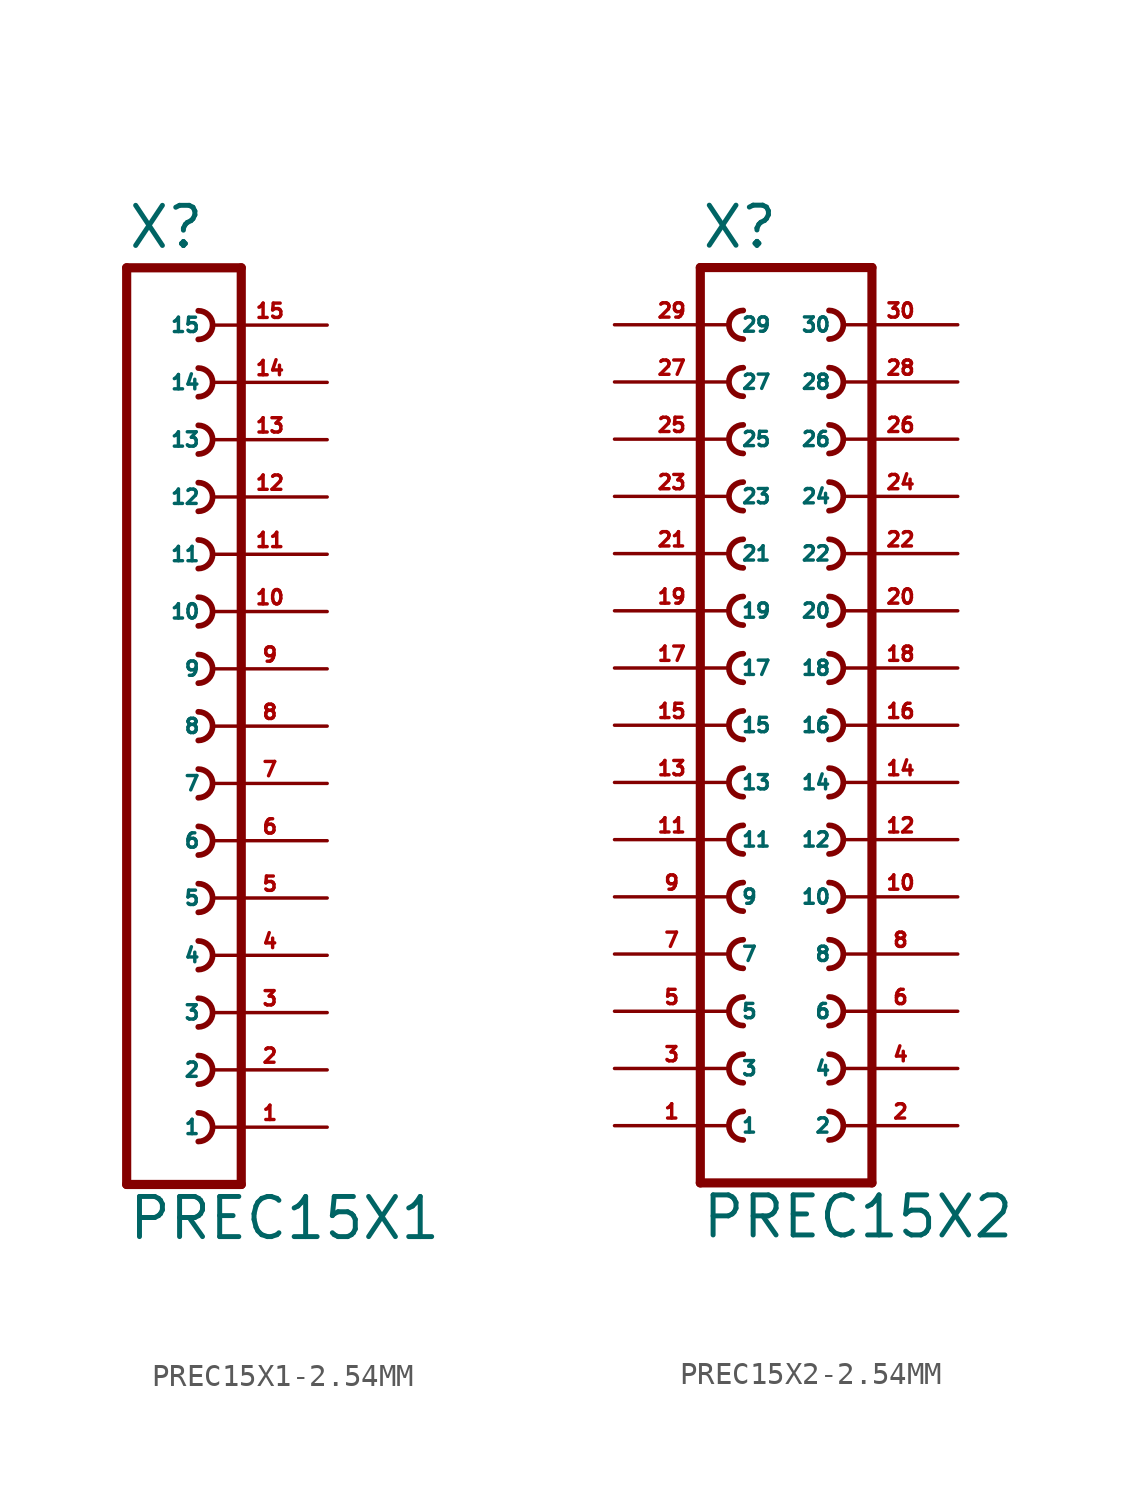
<source format=kicad_sym>
(kicad_symbol_lib
  (version 20220914)
  (generator Eagle2Kicad)
  (symbol "PREC15X1-2.54MM"
    (property "Reference" "X"
      (at -1.27 21.082 0)
      (effects (font (size 1.778 1.778) (thickness 0.22)) (justify left bottom)))
    (property "Value" "PREC15X1"
      (at -1.27 -22.86 0)
      (effects (font (size 1.778 1.778) (thickness 0.22)) (justify left bottom)))
    (polyline
      (pts (xy 3.81 -20.32) (xy -1.27 -20.32))
      (stroke (width 0.406) (type default))
      (fill (type none)))
    (arc
      (start 1.905 -13.335)
      (mid 2.540 -12.700)
      (end 1.905 -12.065)
      (stroke (width 0.254) (type default))
      (fill (type none)))
    (arc
      (start 1.905 -15.875)
      (mid 2.540 -15.240)
      (end 1.905 -14.605)
      (stroke (width 0.254) (type default))
      (fill (type none)))
    (arc
      (start 1.905 -18.415)
      (mid 2.540 -17.780)
      (end 1.905 -17.145)
      (stroke (width 0.254) (type default))
      (fill (type none)))
    (arc
      (start 1.905 -8.255)
      (mid 2.540 -7.620)
      (end 1.905 -6.985)
      (stroke (width 0.254) (type default))
      (fill (type none)))
    (arc
      (start 1.905 -10.795)
      (mid 2.540 -10.160)
      (end 1.905 -9.525)
      (stroke (width 0.254) (type default))
      (fill (type none)))
    (arc
      (start 1.905 -0.635)
      (mid 2.540 0.000)
      (end 1.905 0.635)
      (stroke (width 0.254) (type default))
      (fill (type none)))
    (arc
      (start 1.905 -3.175)
      (mid 2.540 -2.540)
      (end 1.905 -1.905)
      (stroke (width 0.254) (type default))
      (fill (type none)))
    (arc
      (start 1.905 -5.715)
      (mid 2.540 -5.080)
      (end 1.905 -4.445)
      (stroke (width 0.254) (type default))
      (fill (type none)))
    (arc
      (start 1.905 4.445)
      (mid 2.540 5.080)
      (end 1.905 5.715)
      (stroke (width 0.254) (type default))
      (fill (type none)))
    (arc
      (start 1.905 1.905)
      (mid 2.540 2.540)
      (end 1.905 3.175)
      (stroke (width 0.254) (type default))
      (fill (type none)))
    (arc
      (start 1.905 12.065)
      (mid 2.540 12.700)
      (end 1.905 13.335)
      (stroke (width 0.254) (type default))
      (fill (type none)))
    (arc
      (start 1.905 9.525)
      (mid 2.540 10.160)
      (end 1.905 10.795)
      (stroke (width 0.254) (type default))
      (fill (type none)))
    (arc
      (start 1.905 6.985)
      (mid 2.540 7.620)
      (end 1.905 8.255)
      (stroke (width 0.254) (type default))
      (fill (type none)))
    (arc
      (start 1.905 17.145)
      (mid 2.540 17.780)
      (end 1.905 18.415)
      (stroke (width 0.254) (type default))
      (fill (type none)))
    (arc
      (start 1.905 14.605)
      (mid 2.540 15.240)
      (end 1.905 15.875)
      (stroke (width 0.254) (type default))
      (fill (type none)))
    (polyline
      (pts (xy -1.27 20.32) (xy -1.27 -20.32))
      (stroke (width 0.406) (type default))
      (fill (type none)))
    (polyline
      (pts (xy 3.81 -20.32) (xy 3.81 20.32))
      (stroke (width 0.406) (type default))
      (fill (type none)))
    (polyline
      (pts (xy -1.27 20.32) (xy 3.81 20.32))
      (stroke (width 0.406) (type default))
      (fill (type none)))
    (pin passive line
      (at 7.62 -17.78 180)
      (length 5.08)
      (name "1" (effects (font (size 0.635 0.635) (thickness 0.08)) (justify left bottom)))
      (number "1" (effects (font (size 0.635 0.635) (thickness 0.08)) (justify left bottom))))
    (pin passive line
      (at 7.62 -15.24 180)
      (length 5.08)
      (name "2" (effects (font (size 0.635 0.635) (thickness 0.08)) (justify left bottom)))
      (number "2" (effects (font (size 0.635 0.635) (thickness 0.08)) (justify left bottom))))
    (pin passive line
      (at 7.62 -12.7 180)
      (length 5.08)
      (name "3" (effects (font (size 0.635 0.635) (thickness 0.08)) (justify left bottom)))
      (number "3" (effects (font (size 0.635 0.635) (thickness 0.08)) (justify left bottom))))
    (pin passive line
      (at 7.62 -10.16 180)
      (length 5.08)
      (name "4" (effects (font (size 0.635 0.635) (thickness 0.08)) (justify left bottom)))
      (number "4" (effects (font (size 0.635 0.635) (thickness 0.08)) (justify left bottom))))
    (pin passive line
      (at 7.62 -7.62 180)
      (length 5.08)
      (name "5" (effects (font (size 0.635 0.635) (thickness 0.08)) (justify left bottom)))
      (number "5" (effects (font (size 0.635 0.635) (thickness 0.08)) (justify left bottom))))
    (pin passive line
      (at 7.62 -5.08 180)
      (length 5.08)
      (name "6" (effects (font (size 0.635 0.635) (thickness 0.08)) (justify left bottom)))
      (number "6" (effects (font (size 0.635 0.635) (thickness 0.08)) (justify left bottom))))
    (pin passive line
      (at 7.62 -2.54 180)
      (length 5.08)
      (name "7" (effects (font (size 0.635 0.635) (thickness 0.08)) (justify left bottom)))
      (number "7" (effects (font (size 0.635 0.635) (thickness 0.08)) (justify left bottom))))
    (pin passive line
      (at 7.62 0 180)
      (length 5.08)
      (name "8" (effects (font (size 0.635 0.635) (thickness 0.08)) (justify left bottom)))
      (number "8" (effects (font (size 0.635 0.635) (thickness 0.08)) (justify left bottom))))
    (pin passive line
      (at 7.62 2.54 180)
      (length 5.08)
      (name "9" (effects (font (size 0.635 0.635) (thickness 0.08)) (justify left bottom)))
      (number "9" (effects (font (size 0.635 0.635) (thickness 0.08)) (justify left bottom))))
    (pin passive line
      (at 7.62 5.08 180)
      (length 5.08)
      (name "10" (effects (font (size 0.635 0.635) (thickness 0.08)) (justify left bottom)))
      (number "10" (effects (font (size 0.635 0.635) (thickness 0.08)) (justify left bottom))))
    (pin passive line
      (at 7.62 7.62 180)
      (length 5.08)
      (name "11" (effects (font (size 0.635 0.635) (thickness 0.08)) (justify left bottom)))
      (number "11" (effects (font (size 0.635 0.635) (thickness 0.08)) (justify left bottom))))
    (pin passive line
      (at 7.62 10.16 180)
      (length 5.08)
      (name "12" (effects (font (size 0.635 0.635) (thickness 0.08)) (justify left bottom)))
      (number "12" (effects (font (size 0.635 0.635) (thickness 0.08)) (justify left bottom))))
    (pin passive line
      (at 7.62 12.7 180)
      (length 5.08)
      (name "13" (effects (font (size 0.635 0.635) (thickness 0.08)) (justify left bottom)))
      (number "13" (effects (font (size 0.635 0.635) (thickness 0.08)) (justify left bottom))))
    (pin passive line
      (at 7.62 15.24 180)
      (length 5.08)
      (name "14" (effects (font (size 0.635 0.635) (thickness 0.08)) (justify left bottom)))
      (number "14" (effects (font (size 0.635 0.635) (thickness 0.08)) (justify left bottom))))
    (pin passive line
      (at 7.62 17.78 180)
      (length 5.08)
      (name "15" (effects (font (size 0.635 0.635) (thickness 0.08)) (justify left bottom)))
      (number "15" (effects (font (size 0.635 0.635) (thickness 0.08)) (justify left bottom)))))
  (symbol "PREC15X2-2.54MM"
    (property "Reference" "X"
      (at -3.81 21.082 0)
      (effects (font (size 1.778 1.778) (thickness 0.22)) (justify left bottom)))
    (property "Value" "PREC15X2"
      (at -3.81 -22.86 0)
      (effects (font (size 1.778 1.778) (thickness 0.22)) (justify left bottom)))
    (polyline
      (pts (xy 3.81 -20.32) (xy -3.81 -20.32))
      (stroke (width 0.406) (type default))
      (fill (type none)))
    (arc
      (start -1.905 -12.065)
      (mid -2.540 -12.700)
      (end -1.905 -13.335)
      (stroke (width 0.254) (type default))
      (fill (type none)))
    (arc
      (start -1.905 -14.605)
      (mid -2.540 -15.240)
      (end -1.905 -15.875)
      (stroke (width 0.254) (type default))
      (fill (type none)))
    (arc
      (start -1.905 -17.145)
      (mid -2.540 -17.780)
      (end -1.905 -18.415)
      (stroke (width 0.254) (type default))
      (fill (type none)))
    (arc
      (start 1.905 -13.335)
      (mid 2.540 -12.700)
      (end 1.905 -12.065)
      (stroke (width 0.254) (type default))
      (fill (type none)))
    (arc
      (start 1.905 -15.875)
      (mid 2.540 -15.240)
      (end 1.905 -14.605)
      (stroke (width 0.254) (type default))
      (fill (type none)))
    (arc
      (start 1.905 -18.415)
      (mid 2.540 -17.780)
      (end 1.905 -17.145)
      (stroke (width 0.254) (type default))
      (fill (type none)))
    (arc
      (start -1.905 -6.985)
      (mid -2.540 -7.620)
      (end -1.905 -8.255)
      (stroke (width 0.254) (type default))
      (fill (type none)))
    (arc
      (start -1.905 -9.525)
      (mid -2.540 -10.160)
      (end -1.905 -10.795)
      (stroke (width 0.254) (type default))
      (fill (type none)))
    (arc
      (start 1.905 -8.255)
      (mid 2.540 -7.620)
      (end 1.905 -6.985)
      (stroke (width 0.254) (type default))
      (fill (type none)))
    (arc
      (start 1.905 -10.795)
      (mid 2.540 -10.160)
      (end 1.905 -9.525)
      (stroke (width 0.254) (type default))
      (fill (type none)))
    (arc
      (start -1.905 0.635)
      (mid -2.540 0.000)
      (end -1.905 -0.635)
      (stroke (width 0.254) (type default))
      (fill (type none)))
    (arc
      (start -1.905 -1.905)
      (mid -2.540 -2.540)
      (end -1.905 -3.175)
      (stroke (width 0.254) (type default))
      (fill (type none)))
    (arc
      (start -1.905 -4.445)
      (mid -2.540 -5.080)
      (end -1.905 -5.715)
      (stroke (width 0.254) (type default))
      (fill (type none)))
    (arc
      (start 1.905 -0.635)
      (mid 2.540 0.000)
      (end 1.905 0.635)
      (stroke (width 0.254) (type default))
      (fill (type none)))
    (arc
      (start 1.905 -3.175)
      (mid 2.540 -2.540)
      (end 1.905 -1.905)
      (stroke (width 0.254) (type default))
      (fill (type none)))
    (arc
      (start 1.905 -5.715)
      (mid 2.540 -5.080)
      (end 1.905 -4.445)
      (stroke (width 0.254) (type default))
      (fill (type none)))
    (arc
      (start -1.905 5.715)
      (mid -2.540 5.080)
      (end -1.905 4.445)
      (stroke (width 0.254) (type default))
      (fill (type none)))
    (arc
      (start -1.905 3.175)
      (mid -2.540 2.540)
      (end -1.905 1.905)
      (stroke (width 0.254) (type default))
      (fill (type none)))
    (arc
      (start 1.905 4.445)
      (mid 2.540 5.080)
      (end 1.905 5.715)
      (stroke (width 0.254) (type default))
      (fill (type none)))
    (arc
      (start 1.905 1.905)
      (mid 2.540 2.540)
      (end 1.905 3.175)
      (stroke (width 0.254) (type default))
      (fill (type none)))
    (arc
      (start -1.905 13.335)
      (mid -2.540 12.700)
      (end -1.905 12.065)
      (stroke (width 0.254) (type default))
      (fill (type none)))
    (arc
      (start -1.905 10.795)
      (mid -2.540 10.160)
      (end -1.905 9.525)
      (stroke (width 0.254) (type default))
      (fill (type none)))
    (arc
      (start -1.905 8.255)
      (mid -2.540 7.620)
      (end -1.905 6.985)
      (stroke (width 0.254) (type default))
      (fill (type none)))
    (arc
      (start 1.905 12.065)
      (mid 2.540 12.700)
      (end 1.905 13.335)
      (stroke (width 0.254) (type default))
      (fill (type none)))
    (arc
      (start 1.905 9.525)
      (mid 2.540 10.160)
      (end 1.905 10.795)
      (stroke (width 0.254) (type default))
      (fill (type none)))
    (arc
      (start 1.905 6.985)
      (mid 2.540 7.620)
      (end 1.905 8.255)
      (stroke (width 0.254) (type default))
      (fill (type none)))
    (arc
      (start -1.905 18.415)
      (mid -2.540 17.780)
      (end -1.905 17.145)
      (stroke (width 0.254) (type default))
      (fill (type none)))
    (arc
      (start -1.905 15.875)
      (mid -2.540 15.240)
      (end -1.905 14.605)
      (stroke (width 0.254) (type default))
      (fill (type none)))
    (arc
      (start 1.905 17.145)
      (mid 2.540 17.780)
      (end 1.905 18.415)
      (stroke (width 0.254) (type default))
      (fill (type none)))
    (arc
      (start 1.905 14.605)
      (mid 2.540 15.240)
      (end 1.905 15.875)
      (stroke (width 0.254) (type default))
      (fill (type none)))
    (polyline
      (pts (xy -3.81 20.32) (xy -3.81 -20.32))
      (stroke (width 0.406) (type default))
      (fill (type none)))
    (polyline
      (pts (xy 3.81 -20.32) (xy 3.81 20.32))
      (stroke (width 0.406) (type default))
      (fill (type none)))
    (polyline
      (pts (xy -3.81 20.32) (xy 3.81 20.32))
      (stroke (width 0.406) (type default))
      (fill (type none)))
    (pin passive line
      (at -7.62 -17.78 0)
      (length 5.08)
      (name "1" (effects (font (size 0.635 0.635) (thickness 0.08)) (justify left bottom)))
      (number "1" (effects (font (size 0.635 0.635) (thickness 0.08)) (justify left bottom))))
    (pin passive line
      (at -7.62 -15.24 0)
      (length 5.08)
      (name "3" (effects (font (size 0.635 0.635) (thickness 0.08)) (justify left bottom)))
      (number "3" (effects (font (size 0.635 0.635) (thickness 0.08)) (justify left bottom))))
    (pin passive line
      (at -7.62 -12.7 0)
      (length 5.08)
      (name "5" (effects (font (size 0.635 0.635) (thickness 0.08)) (justify left bottom)))
      (number "5" (effects (font (size 0.635 0.635) (thickness 0.08)) (justify left bottom))))
    (pin passive line
      (at 7.62 -17.78 180)
      (length 5.08)
      (name "2" (effects (font (size 0.635 0.635) (thickness 0.08)) (justify left bottom)))
      (number "2" (effects (font (size 0.635 0.635) (thickness 0.08)) (justify left bottom))))
    (pin passive line
      (at 7.62 -15.24 180)
      (length 5.08)
      (name "4" (effects (font (size 0.635 0.635) (thickness 0.08)) (justify left bottom)))
      (number "4" (effects (font (size 0.635 0.635) (thickness 0.08)) (justify left bottom))))
    (pin passive line
      (at 7.62 -12.7 180)
      (length 5.08)
      (name "6" (effects (font (size 0.635 0.635) (thickness 0.08)) (justify left bottom)))
      (number "6" (effects (font (size 0.635 0.635) (thickness 0.08)) (justify left bottom))))
    (pin passive line
      (at -7.62 -10.16 0)
      (length 5.08)
      (name "7" (effects (font (size 0.635 0.635) (thickness 0.08)) (justify left bottom)))
      (number "7" (effects (font (size 0.635 0.635) (thickness 0.08)) (justify left bottom))))
    (pin passive line
      (at -7.62 -7.62 0)
      (length 5.08)
      (name "9" (effects (font (size 0.635 0.635) (thickness 0.08)) (justify left bottom)))
      (number "9" (effects (font (size 0.635 0.635) (thickness 0.08)) (justify left bottom))))
    (pin passive line
      (at 7.62 -10.16 180)
      (length 5.08)
      (name "8" (effects (font (size 0.635 0.635) (thickness 0.08)) (justify left bottom)))
      (number "8" (effects (font (size 0.635 0.635) (thickness 0.08)) (justify left bottom))))
    (pin passive line
      (at 7.62 -7.62 180)
      (length 5.08)
      (name "10" (effects (font (size 0.635 0.635) (thickness 0.08)) (justify left bottom)))
      (number "10" (effects (font (size 0.635 0.635) (thickness 0.08)) (justify left bottom))))
    (pin passive line
      (at -7.62 -5.08 0)
      (length 5.08)
      (name "11" (effects (font (size 0.635 0.635) (thickness 0.08)) (justify left bottom)))
      (number "11" (effects (font (size 0.635 0.635) (thickness 0.08)) (justify left bottom))))
    (pin passive line
      (at -7.62 -2.54 0)
      (length 5.08)
      (name "13" (effects (font (size 0.635 0.635) (thickness 0.08)) (justify left bottom)))
      (number "13" (effects (font (size 0.635 0.635) (thickness 0.08)) (justify left bottom))))
    (pin passive line
      (at -7.62 0 0)
      (length 5.08)
      (name "15" (effects (font (size 0.635 0.635) (thickness 0.08)) (justify left bottom)))
      (number "15" (effects (font (size 0.635 0.635) (thickness 0.08)) (justify left bottom))))
    (pin passive line
      (at 7.62 -5.08 180)
      (length 5.08)
      (name "12" (effects (font (size 0.635 0.635) (thickness 0.08)) (justify left bottom)))
      (number "12" (effects (font (size 0.635 0.635) (thickness 0.08)) (justify left bottom))))
    (pin passive line
      (at 7.62 -2.54 180)
      (length 5.08)
      (name "14" (effects (font (size 0.635 0.635) (thickness 0.08)) (justify left bottom)))
      (number "14" (effects (font (size 0.635 0.635) (thickness 0.08)) (justify left bottom))))
    (pin passive line
      (at 7.62 0 180)
      (length 5.08)
      (name "16" (effects (font (size 0.635 0.635) (thickness 0.08)) (justify left bottom)))
      (number "16" (effects (font (size 0.635 0.635) (thickness 0.08)) (justify left bottom))))
    (pin passive line
      (at -7.62 2.54 0)
      (length 5.08)
      (name "17" (effects (font (size 0.635 0.635) (thickness 0.08)) (justify left bottom)))
      (number "17" (effects (font (size 0.635 0.635) (thickness 0.08)) (justify left bottom))))
    (pin passive line
      (at -7.62 5.08 0)
      (length 5.08)
      (name "19" (effects (font (size 0.635 0.635) (thickness 0.08)) (justify left bottom)))
      (number "19" (effects (font (size 0.635 0.635) (thickness 0.08)) (justify left bottom))))
    (pin passive line
      (at 7.62 2.54 180)
      (length 5.08)
      (name "18" (effects (font (size 0.635 0.635) (thickness 0.08)) (justify left bottom)))
      (number "18" (effects (font (size 0.635 0.635) (thickness 0.08)) (justify left bottom))))
    (pin passive line
      (at 7.62 5.08 180)
      (length 5.08)
      (name "20" (effects (font (size 0.635 0.635) (thickness 0.08)) (justify left bottom)))
      (number "20" (effects (font (size 0.635 0.635) (thickness 0.08)) (justify left bottom))))
    (pin passive line
      (at -7.62 7.62 0)
      (length 5.08)
      (name "21" (effects (font (size 0.635 0.635) (thickness 0.08)) (justify left bottom)))
      (number "21" (effects (font (size 0.635 0.635) (thickness 0.08)) (justify left bottom))))
    (pin passive line
      (at -7.62 10.16 0)
      (length 5.08)
      (name "23" (effects (font (size 0.635 0.635) (thickness 0.08)) (justify left bottom)))
      (number "23" (effects (font (size 0.635 0.635) (thickness 0.08)) (justify left bottom))))
    (pin passive line
      (at -7.62 12.7 0)
      (length 5.08)
      (name "25" (effects (font (size 0.635 0.635) (thickness 0.08)) (justify left bottom)))
      (number "25" (effects (font (size 0.635 0.635) (thickness 0.08)) (justify left bottom))))
    (pin passive line
      (at 7.62 7.62 180)
      (length 5.08)
      (name "22" (effects (font (size 0.635 0.635) (thickness 0.08)) (justify left bottom)))
      (number "22" (effects (font (size 0.635 0.635) (thickness 0.08)) (justify left bottom))))
    (pin passive line
      (at 7.62 10.16 180)
      (length 5.08)
      (name "24" (effects (font (size 0.635 0.635) (thickness 0.08)) (justify left bottom)))
      (number "24" (effects (font (size 0.635 0.635) (thickness 0.08)) (justify left bottom))))
    (pin passive line
      (at 7.62 12.7 180)
      (length 5.08)
      (name "26" (effects (font (size 0.635 0.635) (thickness 0.08)) (justify left bottom)))
      (number "26" (effects (font (size 0.635 0.635) (thickness 0.08)) (justify left bottom))))
    (pin passive line
      (at -7.62 15.24 0)
      (length 5.08)
      (name "27" (effects (font (size 0.635 0.635) (thickness 0.08)) (justify left bottom)))
      (number "27" (effects (font (size 0.635 0.635) (thickness 0.08)) (justify left bottom))))
    (pin passive line
      (at -7.62 17.78 0)
      (length 5.08)
      (name "29" (effects (font (size 0.635 0.635) (thickness 0.08)) (justify left bottom)))
      (number "29" (effects (font (size 0.635 0.635) (thickness 0.08)) (justify left bottom))))
    (pin passive line
      (at 7.62 15.24 180)
      (length 5.08)
      (name "28" (effects (font (size 0.635 0.635) (thickness 0.08)) (justify left bottom)))
      (number "28" (effects (font (size 0.635 0.635) (thickness 0.08)) (justify left bottom))))
    (pin passive line
      (at 7.62 17.78 180)
      (length 5.08)
      (name "30" (effects (font (size 0.635 0.635) (thickness 0.08)) (justify left bottom)))
      (number "30" (effects (font (size 0.635 0.635) (thickness 0.08)) (justify left bottom))))))
</source>
